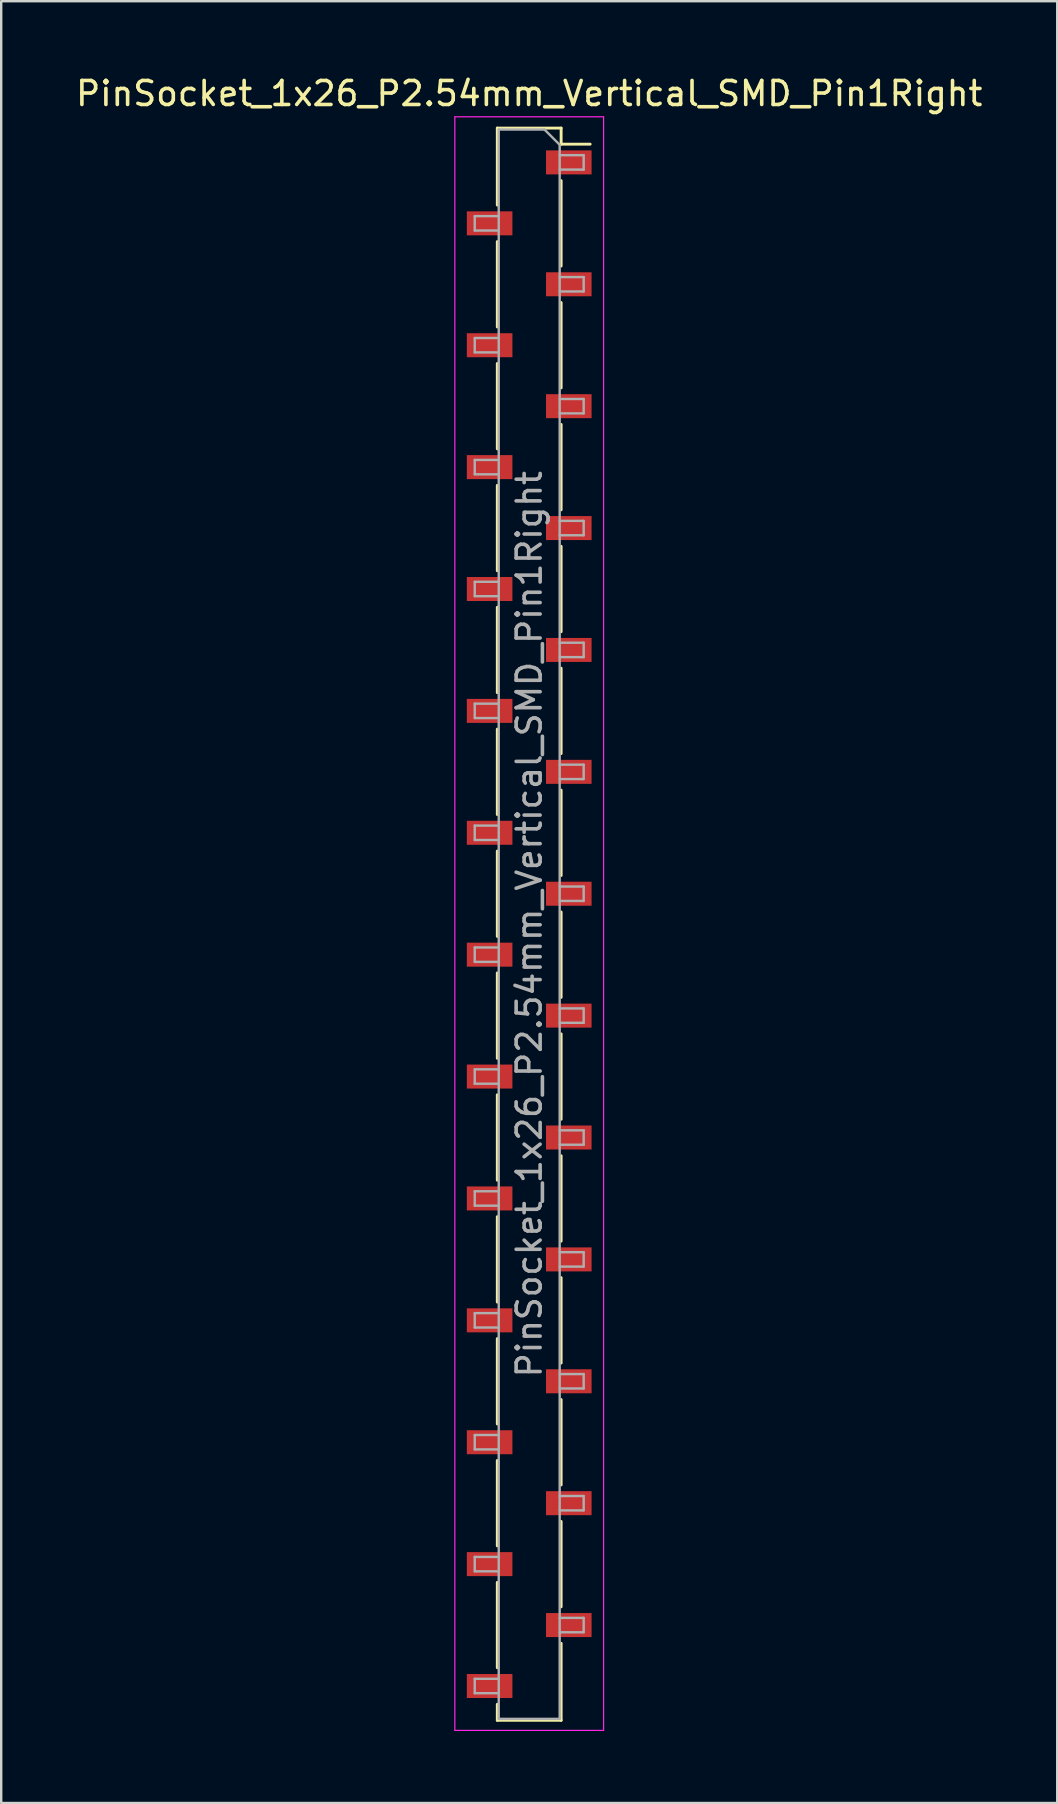
<source format=kicad_pcb>
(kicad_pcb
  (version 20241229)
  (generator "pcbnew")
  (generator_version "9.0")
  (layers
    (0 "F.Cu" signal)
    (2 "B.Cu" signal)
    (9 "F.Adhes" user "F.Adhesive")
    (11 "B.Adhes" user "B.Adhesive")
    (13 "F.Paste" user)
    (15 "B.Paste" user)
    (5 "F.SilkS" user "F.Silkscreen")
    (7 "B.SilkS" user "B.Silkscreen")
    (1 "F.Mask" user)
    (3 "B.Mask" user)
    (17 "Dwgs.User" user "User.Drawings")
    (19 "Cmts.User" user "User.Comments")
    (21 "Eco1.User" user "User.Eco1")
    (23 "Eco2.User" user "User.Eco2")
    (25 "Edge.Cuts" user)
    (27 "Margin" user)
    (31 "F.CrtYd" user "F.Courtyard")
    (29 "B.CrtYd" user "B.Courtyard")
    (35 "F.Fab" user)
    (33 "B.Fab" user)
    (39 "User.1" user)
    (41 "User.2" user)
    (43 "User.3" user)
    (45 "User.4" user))
  (footprint "PinSocket_1x26_P2.54mm_Vertical_SMD_Pin1Right"
    (layer "F.Cu")
    (at 19.006 35.468)
    (property "Reference" "PinSocket_1x26_P2.54mm_Vertical_SMD_Pin1Right" (at 0 -34.62 0) (layer "F.SilkS") (effects (font (size 1 1) (thickness 0.15))))
    (attr smd)
    (fp_line (start -1.33 -33.18) (end -1.33 -29.97) (stroke (width 0.12) (type solid)) (layer "F.SilkS"))
    (fp_line (start -1.33 -33.18) (end 1.33 -33.18) (stroke (width 0.12) (type solid)) (layer "F.SilkS"))
    (fp_line (start -1.33 -28.45) (end -1.33 -24.89) (stroke (width 0.12) (type solid)) (layer "F.SilkS"))
    (fp_line (start -1.33 -23.37) (end -1.33 -19.81) (stroke (width 0.12) (type solid)) (layer "F.SilkS"))
    (fp_line (start -1.33 -18.29) (end -1.33 -14.73) (stroke (width 0.12) (type solid)) (layer "F.SilkS"))
    (fp_line (start -1.33 -13.21) (end -1.33 -9.65) (stroke (width 0.12) (type solid)) (layer "F.SilkS"))
    (fp_line (start -1.33 -8.13) (end -1.33 -4.57) (stroke (width 0.12) (type solid)) (layer "F.SilkS"))
    (fp_line (start -1.33 -3.05) (end -1.33 0.51) (stroke (width 0.12) (type solid)) (layer "F.SilkS"))
    (fp_line (start -1.33 2.03) (end -1.33 5.59) (stroke (width 0.12) (type solid)) (layer "F.SilkS"))
    (fp_line (start -1.33 7.11) (end -1.33 10.67) (stroke (width 0.12) (type solid)) (layer "F.SilkS"))
    (fp_line (start -1.33 12.19) (end -1.33 15.75) (stroke (width 0.12) (type solid)) (layer "F.SilkS"))
    (fp_line (start -1.33 17.27) (end -1.33 20.83) (stroke (width 0.12) (type solid)) (layer "F.SilkS"))
    (fp_line (start -1.33 22.35) (end -1.33 25.91) (stroke (width 0.12) (type solid)) (layer "F.SilkS"))
    (fp_line (start -1.33 27.43) (end -1.33 30.99) (stroke (width 0.12) (type solid)) (layer "F.SilkS"))
    (fp_line (start -1.33 32.51) (end -1.33 33.18) (stroke (width 0.12) (type solid)) (layer "F.SilkS"))
    (fp_line (start -1.33 33.18) (end 1.33 33.18) (stroke (width 0.12) (type solid)) (layer "F.SilkS"))
    (fp_line (start 1.33 -33.18) (end 1.33 -32.51) (stroke (width 0.12) (type solid)) (layer "F.SilkS"))
    (fp_line (start 1.33 -32.51) (end 2.54 -32.51) (stroke (width 0.12) (type solid)) (layer "F.SilkS"))
    (fp_line (start 1.33 -30.99) (end 1.33 -27.43) (stroke (width 0.12) (type solid)) (layer "F.SilkS"))
    (fp_line (start 1.33 -25.91) (end 1.33 -22.35) (stroke (width 0.12) (type solid)) (layer "F.SilkS"))
    (fp_line (start 1.33 -20.83) (end 1.33 -17.27) (stroke (width 0.12) (type solid)) (layer "F.SilkS"))
    (fp_line (start 1.33 -15.75) (end 1.33 -12.19) (stroke (width 0.12) (type solid)) (layer "F.SilkS"))
    (fp_line (start 1.33 -10.67) (end 1.33 -7.11) (stroke (width 0.12) (type solid)) (layer "F.SilkS"))
    (fp_line (start 1.33 -5.59) (end 1.33 -2.03) (stroke (width 0.12) (type solid)) (layer "F.SilkS"))
    (fp_line (start 1.33 -0.51) (end 1.33 3.05) (stroke (width 0.12) (type solid)) (layer "F.SilkS"))
    (fp_line (start 1.33 4.57) (end 1.33 8.13) (stroke (width 0.12) (type solid)) (layer "F.SilkS"))
    (fp_line (start 1.33 9.65) (end 1.33 13.21) (stroke (width 0.12) (type solid)) (layer "F.SilkS"))
    (fp_line (start 1.33 14.73) (end 1.33 18.29) (stroke (width 0.12) (type solid)) (layer "F.SilkS"))
    (fp_line (start 1.33 19.81) (end 1.33 23.37) (stroke (width 0.12) (type solid)) (layer "F.SilkS"))
    (fp_line (start 1.33 24.89) (end 1.33 28.45) (stroke (width 0.12) (type solid)) (layer "F.SilkS"))
    (fp_line (start 1.33 29.97) (end 1.33 33.18) (stroke (width 0.12) (type solid)) (layer "F.SilkS"))
    (fp_line (start -3.1 -33.65) (end 3.1 -33.65) (stroke (width 0.05) (type solid)) (layer "F.CrtYd"))
    (fp_line (start -3.1 33.6) (end -3.1 -33.65) (stroke (width 0.05) (type solid)) (layer "F.CrtYd"))
    (fp_line (start 3.1 -33.65) (end 3.1 33.6) (stroke (width 0.05) (type solid)) (layer "F.CrtYd"))
    (fp_line (start 3.1 33.6) (end -3.1 33.6) (stroke (width 0.05) (type solid)) (layer "F.CrtYd"))
    (fp_line (start -2.27 -29.51) (end -1.27 -29.51) (stroke (width 0.1) (type solid)) (layer "F.Fab"))
    (fp_line (start -2.27 -28.91) (end -2.27 -29.51) (stroke (width 0.1) (type solid)) (layer "F.Fab"))
    (fp_line (start -2.27 -24.43) (end -1.27 -24.43) (stroke (width 0.1) (type solid)) (layer "F.Fab"))
    (fp_line (start -2.27 -23.83) (end -2.27 -24.43) (stroke (width 0.1) (type solid)) (layer "F.Fab"))
    (fp_line (start -2.27 -19.35) (end -1.27 -19.35) (stroke (width 0.1) (type solid)) (layer "F.Fab"))
    (fp_line (start -2.27 -18.75) (end -2.27 -19.35) (stroke (width 0.1) (type solid)) (layer "F.Fab"))
    (fp_line (start -2.27 -14.27) (end -1.27 -14.27) (stroke (width 0.1) (type solid)) (layer "F.Fab"))
    (fp_line (start -2.27 -13.67) (end -2.27 -14.27) (stroke (width 0.1) (type solid)) (layer "F.Fab"))
    (fp_line (start -2.27 -9.19) (end -1.27 -9.19) (stroke (width 0.1) (type solid)) (layer "F.Fab"))
    (fp_line (start -2.27 -8.59) (end -2.27 -9.19) (stroke (width 0.1) (type solid)) (layer "F.Fab"))
    (fp_line (start -2.27 -4.11) (end -1.27 -4.11) (stroke (width 0.1) (type solid)) (layer "F.Fab"))
    (fp_line (start -2.27 -3.51) (end -2.27 -4.11) (stroke (width 0.1) (type solid)) (layer "F.Fab"))
    (fp_line (start -2.27 0.97) (end -1.27 0.97) (stroke (width 0.1) (type solid)) (layer "F.Fab"))
    (fp_line (start -2.27 1.57) (end -2.27 0.97) (stroke (width 0.1) (type solid)) (layer "F.Fab"))
    (fp_line (start -2.27 6.05) (end -1.27 6.05) (stroke (width 0.1) (type solid)) (layer "F.Fab"))
    (fp_line (start -2.27 6.65) (end -2.27 6.05) (stroke (width 0.1) (type solid)) (layer "F.Fab"))
    (fp_line (start -2.27 11.13) (end -1.27 11.13) (stroke (width 0.1) (type solid)) (layer "F.Fab"))
    (fp_line (start -2.27 11.73) (end -2.27 11.13) (stroke (width 0.1) (type solid)) (layer "F.Fab"))
    (fp_line (start -2.27 16.21) (end -1.27 16.21) (stroke (width 0.1) (type solid)) (layer "F.Fab"))
    (fp_line (start -2.27 16.81) (end -2.27 16.21) (stroke (width 0.1) (type solid)) (layer "F.Fab"))
    (fp_line (start -2.27 21.29) (end -1.27 21.29) (stroke (width 0.1) (type solid)) (layer "F.Fab"))
    (fp_line (start -2.27 21.89) (end -2.27 21.29) (stroke (width 0.1) (type solid)) (layer "F.Fab"))
    (fp_line (start -2.27 26.37) (end -1.27 26.37) (stroke (width 0.1) (type solid)) (layer "F.Fab"))
    (fp_line (start -2.27 26.97) (end -2.27 26.37) (stroke (width 0.1) (type solid)) (layer "F.Fab"))
    (fp_line (start -2.27 31.45) (end -1.27 31.45) (stroke (width 0.1) (type solid)) (layer "F.Fab"))
    (fp_line (start -2.27 32.05) (end -2.27 31.45) (stroke (width 0.1) (type solid)) (layer "F.Fab"))
    (fp_line (start -1.27 -33.12) (end 0.635 -33.12) (stroke (width 0.1) (type solid)) (layer "F.Fab"))
    (fp_line (start -1.27 -28.91) (end -2.27 -28.91) (stroke (width 0.1) (type solid)) (layer "F.Fab"))
    (fp_line (start -1.27 -23.83) (end -2.27 -23.83) (stroke (width 0.1) (type solid)) (layer "F.Fab"))
    (fp_line (start -1.27 -18.75) (end -2.27 -18.75) (stroke (width 0.1) (type solid)) (layer "F.Fab"))
    (fp_line (start -1.27 -13.67) (end -2.27 -13.67) (stroke (width 0.1) (type solid)) (layer "F.Fab"))
    (fp_line (start -1.27 -8.59) (end -2.27 -8.59) (stroke (width 0.1) (type solid)) (layer "F.Fab"))
    (fp_line (start -1.27 -3.51) (end -2.27 -3.51) (stroke (width 0.1) (type solid)) (layer "F.Fab"))
    (fp_line (start -1.27 1.57) (end -2.27 1.57) (stroke (width 0.1) (type solid)) (layer "F.Fab"))
    (fp_line (start -1.27 6.65) (end -2.27 6.65) (stroke (width 0.1) (type solid)) (layer "F.Fab"))
    (fp_line (start -1.27 11.73) (end -2.27 11.73) (stroke (width 0.1) (type solid)) (layer "F.Fab"))
    (fp_line (start -1.27 16.81) (end -2.27 16.81) (stroke (width 0.1) (type solid)) (layer "F.Fab"))
    (fp_line (start -1.27 21.89) (end -2.27 21.89) (stroke (width 0.1) (type solid)) (layer "F.Fab"))
    (fp_line (start -1.27 26.97) (end -2.27 26.97) (stroke (width 0.1) (type solid)) (layer "F.Fab"))
    (fp_line (start -1.27 32.05) (end -2.27 32.05) (stroke (width 0.1) (type solid)) (layer "F.Fab"))
    (fp_line (start -1.27 33.12) (end -1.27 -33.12) (stroke (width 0.1) (type solid)) (layer "F.Fab"))
    (fp_line (start 0.635 -33.12) (end 1.27 -32.485) (stroke (width 0.1) (type solid)) (layer "F.Fab"))
    (fp_line (start 1.27 -32.485) (end 1.27 33.12) (stroke (width 0.1) (type solid)) (layer "F.Fab"))
    (fp_line (start 1.27 -32.05) (end 2.27 -32.05) (stroke (width 0.1) (type solid)) (layer "F.Fab"))
    (fp_line (start 1.27 -26.97) (end 2.27 -26.97) (stroke (width 0.1) (type solid)) (layer "F.Fab"))
    (fp_line (start 1.27 -21.89) (end 2.27 -21.89) (stroke (width 0.1) (type solid)) (layer "F.Fab"))
    (fp_line (start 1.27 -16.81) (end 2.27 -16.81) (stroke (width 0.1) (type solid)) (layer "F.Fab"))
    (fp_line (start 1.27 -11.73) (end 2.27 -11.73) (stroke (width 0.1) (type solid)) (layer "F.Fab"))
    (fp_line (start 1.27 -6.65) (end 2.27 -6.65) (stroke (width 0.1) (type solid)) (layer "F.Fab"))
    (fp_line (start 1.27 -1.57) (end 2.27 -1.57) (stroke (width 0.1) (type solid)) (layer "F.Fab"))
    (fp_line (start 1.27 3.51) (end 2.27 3.51) (stroke (width 0.1) (type solid)) (layer "F.Fab"))
    (fp_line (start 1.27 8.59) (end 2.27 8.59) (stroke (width 0.1) (type solid)) (layer "F.Fab"))
    (fp_line (start 1.27 13.67) (end 2.27 13.67) (stroke (width 0.1) (type solid)) (layer "F.Fab"))
    (fp_line (start 1.27 18.75) (end 2.27 18.75) (stroke (width 0.1) (type solid)) (layer "F.Fab"))
    (fp_line (start 1.27 23.83) (end 2.27 23.83) (stroke (width 0.1) (type solid)) (layer "F.Fab"))
    (fp_line (start 1.27 28.91) (end 2.27 28.91) (stroke (width 0.1) (type solid)) (layer "F.Fab"))
    (fp_line (start 1.27 33.12) (end -1.27 33.12) (stroke (width 0.1) (type solid)) (layer "F.Fab"))
    (fp_line (start 2.27 -32.05) (end 2.27 -31.45) (stroke (width 0.1) (type solid)) (layer "F.Fab"))
    (fp_line (start 2.27 -31.45) (end 1.27 -31.45) (stroke (width 0.1) (type solid)) (layer "F.Fab"))
    (fp_line (start 2.27 -26.97) (end 2.27 -26.37) (stroke (width 0.1) (type solid)) (layer "F.Fab"))
    (fp_line (start 2.27 -26.37) (end 1.27 -26.37) (stroke (width 0.1) (type solid)) (layer "F.Fab"))
    (fp_line (start 2.27 -21.89) (end 2.27 -21.29) (stroke (width 0.1) (type solid)) (layer "F.Fab"))
    (fp_line (start 2.27 -21.29) (end 1.27 -21.29) (stroke (width 0.1) (type solid)) (layer "F.Fab"))
    (fp_line (start 2.27 -16.81) (end 2.27 -16.21) (stroke (width 0.1) (type solid)) (layer "F.Fab"))
    (fp_line (start 2.27 -16.21) (end 1.27 -16.21) (stroke (width 0.1) (type solid)) (layer "F.Fab"))
    (fp_line (start 2.27 -11.73) (end 2.27 -11.13) (stroke (width 0.1) (type solid)) (layer "F.Fab"))
    (fp_line (start 2.27 -11.13) (end 1.27 -11.13) (stroke (width 0.1) (type solid)) (layer "F.Fab"))
    (fp_line (start 2.27 -6.65) (end 2.27 -6.05) (stroke (width 0.1) (type solid)) (layer "F.Fab"))
    (fp_line (start 2.27 -6.05) (end 1.27 -6.05) (stroke (width 0.1) (type solid)) (layer "F.Fab"))
    (fp_line (start 2.27 -1.57) (end 2.27 -0.97) (stroke (width 0.1) (type solid)) (layer "F.Fab"))
    (fp_line (start 2.27 -0.97) (end 1.27 -0.97) (stroke (width 0.1) (type solid)) (layer "F.Fab"))
    (fp_line (start 2.27 3.51) (end 2.27 4.11) (stroke (width 0.1) (type solid)) (layer "F.Fab"))
    (fp_line (start 2.27 4.11) (end 1.27 4.11) (stroke (width 0.1) (type solid)) (layer "F.Fab"))
    (fp_line (start 2.27 8.59) (end 2.27 9.19) (stroke (width 0.1) (type solid)) (layer "F.Fab"))
    (fp_line (start 2.27 9.19) (end 1.27 9.19) (stroke (width 0.1) (type solid)) (layer "F.Fab"))
    (fp_line (start 2.27 13.67) (end 2.27 14.27) (stroke (width 0.1) (type solid)) (layer "F.Fab"))
    (fp_line (start 2.27 14.27) (end 1.27 14.27) (stroke (width 0.1) (type solid)) (layer "F.Fab"))
    (fp_line (start 2.27 18.75) (end 2.27 19.35) (stroke (width 0.1) (type solid)) (layer "F.Fab"))
    (fp_line (start 2.27 19.35) (end 1.27 19.35) (stroke (width 0.1) (type solid)) (layer "F.Fab"))
    (fp_line (start 2.27 23.83) (end 2.27 24.43) (stroke (width 0.1) (type solid)) (layer "F.Fab"))
    (fp_line (start 2.27 24.43) (end 1.27 24.43) (stroke (width 0.1) (type solid)) (layer "F.Fab"))
    (fp_line (start 2.27 28.91) (end 2.27 29.51) (stroke (width 0.1) (type solid)) (layer "F.Fab"))
    (fp_line (start 2.27 29.51) (end 1.27 29.51) (stroke (width 0.1) (type solid)) (layer "F.Fab"))
    (fp_text user "${REFERENCE}" (at 0 0 90) (layer "F.Fab") (effects (font (size 1 1) (thickness 0.15))))
    (pad "1" smd rect (at 1.65 -31.75) (size 1.9 1) (layers "F.Cu" "F.Mask" "F.Paste"))
    (pad "2" smd rect (at -1.65 -29.21) (size 1.9 1) (layers "F.Cu" "F.Mask" "F.Paste"))
    (pad "3" smd rect (at 1.65 -26.67) (size 1.9 1) (layers "F.Cu" "F.Mask" "F.Paste"))
    (pad "4" smd rect (at -1.65 -24.13) (size 1.9 1) (layers "F.Cu" "F.Mask" "F.Paste"))
    (pad "5" smd rect (at 1.65 -21.59) (size 1.9 1) (layers "F.Cu" "F.Mask" "F.Paste"))
    (pad "6" smd rect (at -1.65 -19.05) (size 1.9 1) (layers "F.Cu" "F.Mask" "F.Paste"))
    (pad "7" smd rect (at 1.65 -16.51) (size 1.9 1) (layers "F.Cu" "F.Mask" "F.Paste"))
    (pad "8" smd rect (at -1.65 -13.97) (size 1.9 1) (layers "F.Cu" "F.Mask" "F.Paste"))
    (pad "9" smd rect (at 1.65 -11.43) (size 1.9 1) (layers "F.Cu" "F.Mask" "F.Paste"))
    (pad "10" smd rect (at -1.65 -8.89) (size 1.9 1) (layers "F.Cu" "F.Mask" "F.Paste"))
    (pad "11" smd rect (at 1.65 -6.35) (size 1.9 1) (layers "F.Cu" "F.Mask" "F.Paste"))
    (pad "12" smd rect (at -1.65 -3.81) (size 1.9 1) (layers "F.Cu" "F.Mask" "F.Paste"))
    (pad "13" smd rect (at 1.65 -1.27) (size 1.9 1) (layers "F.Cu" "F.Mask" "F.Paste"))
    (pad "14" smd rect (at -1.65 1.27) (size 1.9 1) (layers "F.Cu" "F.Mask" "F.Paste"))
    (pad "15" smd rect (at 1.65 3.81) (size 1.9 1) (layers "F.Cu" "F.Mask" "F.Paste"))
    (pad "16" smd rect (at -1.65 6.35) (size 1.9 1) (layers "F.Cu" "F.Mask" "F.Paste"))
    (pad "17" smd rect (at 1.65 8.89) (size 1.9 1) (layers "F.Cu" "F.Mask" "F.Paste"))
    (pad "18" smd rect (at -1.65 11.43) (size 1.9 1) (layers "F.Cu" "F.Mask" "F.Paste"))
    (pad "19" smd rect (at 1.65 13.97) (size 1.9 1) (layers "F.Cu" "F.Mask" "F.Paste"))
    (pad "20" smd rect (at -1.65 16.51) (size 1.9 1) (layers "F.Cu" "F.Mask" "F.Paste"))
    (pad "21" smd rect (at 1.65 19.05) (size 1.9 1) (layers "F.Cu" "F.Mask" "F.Paste"))
    (pad "22" smd rect (at -1.65 21.59) (size 1.9 1) (layers "F.Cu" "F.Mask" "F.Paste"))
    (pad "23" smd rect (at 1.65 24.13) (size 1.9 1) (layers "F.Cu" "F.Mask" "F.Paste"))
    (pad "24" smd rect (at -1.65 26.67) (size 1.9 1) (layers "F.Cu" "F.Mask" "F.Paste"))
    (pad "25" smd rect (at 1.65 29.21) (size 1.9 1) (layers "F.Cu" "F.Mask" "F.Paste"))
    (pad "26" smd rect (at -1.65 31.75) (size 1.9 1) (layers "F.Cu" "F.Mask" "F.Paste")))
  (gr_rect
    (start -3 -3)
    (end 41.012 72.093)
    (stroke (width 0.1) (type default))
    (fill no)
    (layer "Edge.Cuts")))
</source>
